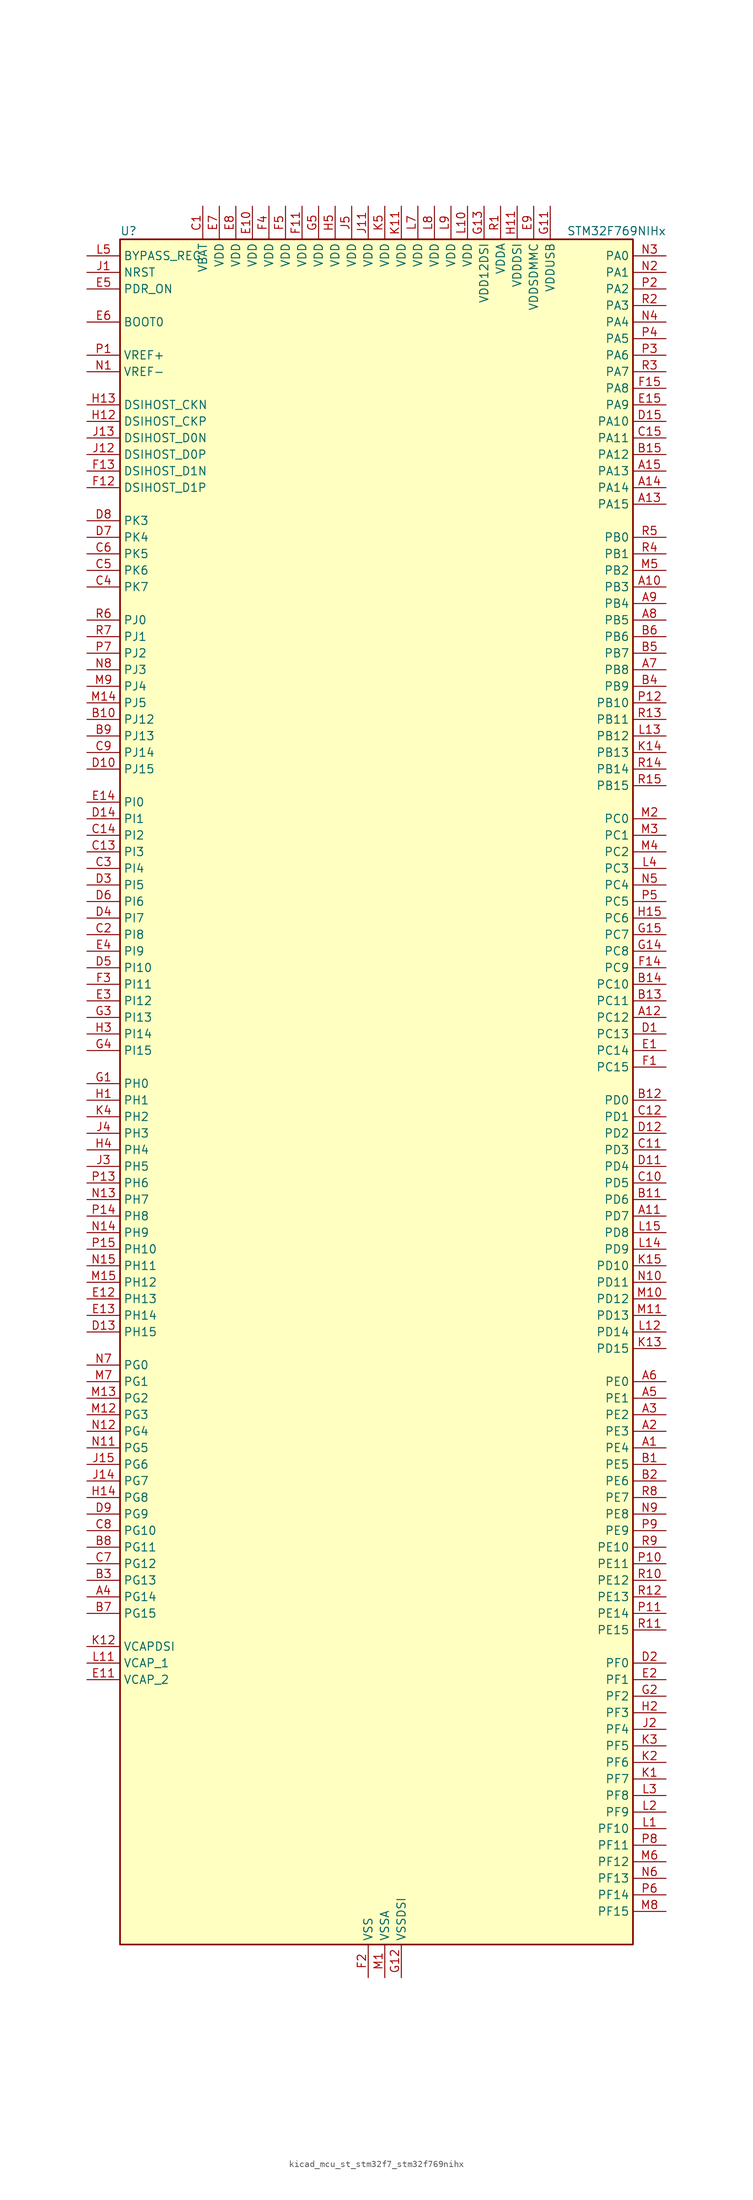
<source format=kicad_sym>
(kicad_symbol_lib
  (version 20220914)
  (generator kicad_symbol_editor)
  (symbol "kicad_mcu_st_stm32f7_stm32f769nihx"
    (property "Reference" "U"
      (at -38.1 133.35 0)
      (effects (font (size 1.27 1.27)) (justify left)))
    (property "Value" "STM32F769NIHx"
      (at 30.48 133.35 0)
      (effects (font (size 1.27 1.27)) (justify left)))
    (property "ki_locked" ""
      (at 0 0 0)
      (effects (font (size 1.27 1.27))))
    (symbol "kicad_mcu_st_stm32f7_stm32f769nihx_0_1"
      (rectangle (start -38.1 -129.54) (end 40.64 132.08) (stroke (width 0.254) (type default)) (fill (type background))))
    (symbol "kicad_mcu_st_stm32f7_stm32f769nihx_1_1"
      (pin bidirectional line (at 45.72 -53.34 180) (length 5.08) (name "PE4" (effects (font (size 1.27 1.27)))) (number "A1" (effects (font (size 1.27 1.27)))) (alternate "DCMI_D4" bidirectional line) (alternate "DFSDM1_DATIN3" bidirectional line) (alternate "FMC_A20" bidirectional line) (alternate "LTDC_B0" bidirectional line) (alternate "SAI1_FS_A" bidirectional line) (alternate "SPI4_NSS" bidirectional line) (alternate "SYS_TRACED1" bidirectional line))
      (pin bidirectional line (at 45.72 78.74 180) (length 5.08) (name "PB3" (effects (font (size 1.27 1.27)))) (number "A10" (effects (font (size 1.27 1.27)))) (alternate "CAN3_RX" bidirectional line) (alternate "I2S1_CK" bidirectional line) (alternate "I2S3_CK" bidirectional line) (alternate "SDMMC2_D2" bidirectional line) (alternate "SPI1_SCK" bidirectional line) (alternate "SPI3_SCK" bidirectional line) (alternate "SPI6_SCK" bidirectional line) (alternate "SYS_JTDO-SWO" bidirectional line) (alternate "TIM2_CH2" bidirectional line) (alternate "UART7_RX" bidirectional line))
      (pin bidirectional line (at 45.72 -17.78 180) (length 5.08) (name "PD7" (effects (font (size 1.27 1.27)))) (number "A11" (effects (font (size 1.27 1.27)))) (alternate "DFSDM1_CKIN1" bidirectional line) (alternate "DFSDM1_DATIN4" bidirectional line) (alternate "FMC_NE1" bidirectional line) (alternate "I2S1_SD" bidirectional line) (alternate "SDMMC2_CMD" bidirectional line) (alternate "SPDIFRX_IN0" bidirectional line) (alternate "SPI1_MOSI" bidirectional line) (alternate "USART2_CK" bidirectional line))
      (pin bidirectional line (at 45.72 12.7 180) (length 5.08) (name "PC12" (effects (font (size 1.27 1.27)))) (number "A12" (effects (font (size 1.27 1.27)))) (alternate "DCMI_D9" bidirectional line) (alternate "I2S3_SD" bidirectional line) (alternate "SDMMC1_CK" bidirectional line) (alternate "SPI3_MOSI" bidirectional line) (alternate "SYS_TRACED3" bidirectional line) (alternate "UART5_TX" bidirectional line) (alternate "USART3_CK" bidirectional line))
      (pin bidirectional line (at 45.72 91.44 180) (length 5.08) (name "PA15" (effects (font (size 1.27 1.27)))) (number "A13" (effects (font (size 1.27 1.27)))) (alternate "CAN3_TX" bidirectional line) (alternate "CEC" bidirectional line) (alternate "I2S1_WS" bidirectional line) (alternate "I2S3_WS" bidirectional line) (alternate "SPI1_NSS" bidirectional line) (alternate "SPI3_NSS" bidirectional line) (alternate "SPI6_NSS" bidirectional line) (alternate "SYS_JTDI" bidirectional line) (alternate "TIM2_CH1" bidirectional line) (alternate "TIM2_ETR" bidirectional line) (alternate "UART4_DE" bidirectional line) (alternate "UART4_RTS" bidirectional line) (alternate "UART7_TX" bidirectional line))
      (pin bidirectional line (at 45.72 93.98 180) (length 5.08) (name "PA14" (effects (font (size 1.27 1.27)))) (number "A14" (effects (font (size 1.27 1.27)))) (alternate "SYS_JTCK-SWCLK" bidirectional line))
      (pin bidirectional line (at 45.72 96.52 180) (length 5.08) (name "PA13" (effects (font (size 1.27 1.27)))) (number "A15" (effects (font (size 1.27 1.27)))) (alternate "SYS_JTMS-SWDIO" bidirectional line))
      (pin bidirectional line (at 45.72 -50.8 180) (length 5.08) (name "PE3" (effects (font (size 1.27 1.27)))) (number "A2" (effects (font (size 1.27 1.27)))) (alternate "FMC_A19" bidirectional line) (alternate "SAI1_SD_B" bidirectional line) (alternate "SYS_TRACED0" bidirectional line))
      (pin bidirectional line (at 45.72 -48.26 180) (length 5.08) (name "PE2" (effects (font (size 1.27 1.27)))) (number "A3" (effects (font (size 1.27 1.27)))) (alternate "ETH_TXD3" bidirectional line) (alternate "FMC_A23" bidirectional line) (alternate "QUADSPI_BK1_IO2" bidirectional line) (alternate "SAI1_MCLK_A" bidirectional line) (alternate "SPI4_SCK" bidirectional line) (alternate "SYS_TRACECLK" bidirectional line))
      (pin bidirectional line (at -43.18 -76.2 0) (length 5.08) (name "PG14" (effects (font (size 1.27 1.27)))) (number "A4" (effects (font (size 1.27 1.27)))) (alternate "ETH_TXD1" bidirectional line) (alternate "FMC_A25" bidirectional line) (alternate "LPTIM1_ETR" bidirectional line) (alternate "LTDC_B0" bidirectional line) (alternate "QUADSPI_BK2_IO3" bidirectional line) (alternate "SPI6_MOSI" bidirectional line) (alternate "SYS_TRACED1" bidirectional line) (alternate "USART6_TX" bidirectional line))
      (pin bidirectional line (at 45.72 -45.72 180) (length 5.08) (name "PE1" (effects (font (size 1.27 1.27)))) (number "A5" (effects (font (size 1.27 1.27)))) (alternate "DCMI_D3" bidirectional line) (alternate "FMC_NBL1" bidirectional line) (alternate "LPTIM1_IN2" bidirectional line) (alternate "UART8_TX" bidirectional line))
      (pin bidirectional line (at 45.72 -43.18 180) (length 5.08) (name "PE0" (effects (font (size 1.27 1.27)))) (number "A6" (effects (font (size 1.27 1.27)))) (alternate "DCMI_D2" bidirectional line) (alternate "FMC_NBL0" bidirectional line) (alternate "LPTIM1_ETR" bidirectional line) (alternate "SAI2_MCLK_A" bidirectional line) (alternate "TIM4_ETR" bidirectional line) (alternate "UART8_RX" bidirectional line))
      (pin bidirectional line (at 45.72 66.04 180) (length 5.08) (name "PB8" (effects (font (size 1.27 1.27)))) (number "A7" (effects (font (size 1.27 1.27)))) (alternate "CAN1_RX" bidirectional line) (alternate "DCMI_D6" bidirectional line) (alternate "DFSDM1_CKIN7" bidirectional line) (alternate "ETH_TXD3" bidirectional line) (alternate "I2C1_SCL" bidirectional line) (alternate "I2C4_SCL" bidirectional line) (alternate "LTDC_B6" bidirectional line) (alternate "SDMMC1_D4" bidirectional line) (alternate "SDMMC2_D4" bidirectional line) (alternate "TIM10_CH1" bidirectional line) (alternate "TIM4_CH3" bidirectional line) (alternate "UART5_RX" bidirectional line))
      (pin bidirectional line (at 45.72 73.66 180) (length 5.08) (name "PB5" (effects (font (size 1.27 1.27)))) (number "A8" (effects (font (size 1.27 1.27)))) (alternate "CAN2_RX" bidirectional line) (alternate "DCMI_D10" bidirectional line) (alternate "ETH_PPS_OUT" bidirectional line) (alternate "FMC_SDCKE1" bidirectional line) (alternate "I2C1_SMBA" bidirectional line) (alternate "I2S1_SD" bidirectional line) (alternate "I2S3_SD" bidirectional line) (alternate "LTDC_G7" bidirectional line) (alternate "SPI1_MOSI" bidirectional line) (alternate "SPI3_MOSI" bidirectional line) (alternate "SPI6_MOSI" bidirectional line) (alternate "TIM3_CH2" bidirectional line) (alternate "UART5_RX" bidirectional line) (alternate "USB_OTG_HS_ULPI_D7" bidirectional line))
      (pin bidirectional line (at 45.72 76.2 180) (length 5.08) (name "PB4" (effects (font (size 1.27 1.27)))) (number "A9" (effects (font (size 1.27 1.27)))) (alternate "CAN3_TX" bidirectional line) (alternate "I2S2_WS" bidirectional line) (alternate "SDMMC2_D3" bidirectional line) (alternate "SPI1_MISO" bidirectional line) (alternate "SPI2_NSS" bidirectional line) (alternate "SPI3_MISO" bidirectional line) (alternate "SPI6_MISO" bidirectional line) (alternate "SYS_JTRST" bidirectional line) (alternate "TIM3_CH1" bidirectional line) (alternate "UART7_TX" bidirectional line))
      (pin bidirectional line (at 45.72 -55.88 180) (length 5.08) (name "PE5" (effects (font (size 1.27 1.27)))) (number "B1" (effects (font (size 1.27 1.27)))) (alternate "DCMI_D6" bidirectional line) (alternate "DFSDM1_CKIN3" bidirectional line) (alternate "FMC_A21" bidirectional line) (alternate "LTDC_G0" bidirectional line) (alternate "SAI1_SCK_A" bidirectional line) (alternate "SPI4_MISO" bidirectional line) (alternate "SYS_TRACED2" bidirectional line) (alternate "TIM9_CH1" bidirectional line))
      (pin bidirectional line (at -43.18 58.42 0) (length 5.08) (name "PJ12" (effects (font (size 1.27 1.27)))) (number "B10" (effects (font (size 1.27 1.27)))) (alternate "LTDC_B0" bidirectional line) (alternate "LTDC_G3" bidirectional line))
      (pin bidirectional line (at 45.72 -15.24 180) (length 5.08) (name "PD6" (effects (font (size 1.27 1.27)))) (number "B11" (effects (font (size 1.27 1.27)))) (alternate "DCMI_D10" bidirectional line) (alternate "DFSDM1_CKIN4" bidirectional line) (alternate "DFSDM1_DATIN1" bidirectional line) (alternate "FMC_NWAIT" bidirectional line) (alternate "I2S3_SD" bidirectional line) (alternate "LTDC_B2" bidirectional line) (alternate "SAI1_SD_A" bidirectional line) (alternate "SDMMC2_CK" bidirectional line) (alternate "SPI3_MOSI" bidirectional line) (alternate "USART2_RX" bidirectional line))
      (pin bidirectional line (at 45.72 0 180) (length 5.08) (name "PD0" (effects (font (size 1.27 1.27)))) (number "B12" (effects (font (size 1.27 1.27)))) (alternate "CAN1_RX" bidirectional line) (alternate "DFSDM1_CKIN6" bidirectional line) (alternate "DFSDM1_DATIN7" bidirectional line) (alternate "FMC_D2" bidirectional line) (alternate "FMC_DA2" bidirectional line) (alternate "UART4_RX" bidirectional line))
      (pin bidirectional line (at 45.72 15.24 180) (length 5.08) (name "PC11" (effects (font (size 1.27 1.27)))) (number "B13" (effects (font (size 1.27 1.27)))) (alternate "ADC1_EXTI11" bidirectional line) (alternate "ADC2_EXTI11" bidirectional line) (alternate "ADC3_EXTI11" bidirectional line) (alternate "DCMI_D4" bidirectional line) (alternate "DFSDM1_DATIN5" bidirectional line) (alternate "QUADSPI_BK2_NCS" bidirectional line) (alternate "SDMMC1_D3" bidirectional line) (alternate "SPI3_MISO" bidirectional line) (alternate "UART4_RX" bidirectional line) (alternate "USART3_RX" bidirectional line))
      (pin bidirectional line (at 45.72 17.78 180) (length 5.08) (name "PC10" (effects (font (size 1.27 1.27)))) (number "B14" (effects (font (size 1.27 1.27)))) (alternate "DCMI_D8" bidirectional line) (alternate "DFSDM1_CKIN5" bidirectional line) (alternate "I2S3_CK" bidirectional line) (alternate "LTDC_R2" bidirectional line) (alternate "QUADSPI_BK1_IO1" bidirectional line) (alternate "SDMMC1_D2" bidirectional line) (alternate "SPI3_SCK" bidirectional line) (alternate "UART4_TX" bidirectional line) (alternate "USART3_TX" bidirectional line))
      (pin bidirectional line (at 45.72 99.06 180) (length 5.08) (name "PA12" (effects (font (size 1.27 1.27)))) (number "B15" (effects (font (size 1.27 1.27)))) (alternate "CAN1_TX" bidirectional line) (alternate "I2S2_CK" bidirectional line) (alternate "LTDC_R5" bidirectional line) (alternate "SAI2_FS_B" bidirectional line) (alternate "SPI2_SCK" bidirectional line) (alternate "TIM1_ETR" bidirectional line) (alternate "UART4_TX" bidirectional line) (alternate "USART1_DE" bidirectional line) (alternate "USART1_RTS" bidirectional line) (alternate "USB_OTG_FS_DP" bidirectional line))
      (pin bidirectional line (at 45.72 -58.42 180) (length 5.08) (name "PE6" (effects (font (size 1.27 1.27)))) (number "B2" (effects (font (size 1.27 1.27)))) (alternate "DCMI_D7" bidirectional line) (alternate "FMC_A22" bidirectional line) (alternate "LTDC_G1" bidirectional line) (alternate "SAI1_SD_A" bidirectional line) (alternate "SAI2_MCLK_B" bidirectional line) (alternate "SPI4_MOSI" bidirectional line) (alternate "SYS_TRACED3" bidirectional line) (alternate "TIM1_BKIN2" bidirectional line) (alternate "TIM9_CH2" bidirectional line))
      (pin bidirectional line (at -43.18 -73.66 0) (length 5.08) (name "PG13" (effects (font (size 1.27 1.27)))) (number "B3" (effects (font (size 1.27 1.27)))) (alternate "ETH_TXD0" bidirectional line) (alternate "FMC_A24" bidirectional line) (alternate "LPTIM1_OUT" bidirectional line) (alternate "LTDC_R0" bidirectional line) (alternate "SPI6_SCK" bidirectional line) (alternate "SYS_TRACED0" bidirectional line) (alternate "USART6_CTS" bidirectional line))
      (pin bidirectional line (at 45.72 63.5 180) (length 5.08) (name "PB9" (effects (font (size 1.27 1.27)))) (number "B4" (effects (font (size 1.27 1.27)))) (alternate "CAN1_TX" bidirectional line) (alternate "DAC_EXTI9" bidirectional line) (alternate "DCMI_D7" bidirectional line) (alternate "DFSDM1_DATIN7" bidirectional line) (alternate "I2C1_SDA" bidirectional line) (alternate "I2C4_SDA" bidirectional line) (alternate "I2C4_SMBA" bidirectional line) (alternate "I2S2_WS" bidirectional line) (alternate "LTDC_B7" bidirectional line) (alternate "SDMMC1_D5" bidirectional line) (alternate "SDMMC2_D5" bidirectional line) (alternate "SPI2_NSS" bidirectional line) (alternate "TIM11_CH1" bidirectional line) (alternate "TIM4_CH4" bidirectional line) (alternate "UART5_TX" bidirectional line))
      (pin bidirectional line (at 45.72 68.58 180) (length 5.08) (name "PB7" (effects (font (size 1.27 1.27)))) (number "B5" (effects (font (size 1.27 1.27)))) (alternate "DCMI_VSYNC" bidirectional line) (alternate "DFSDM1_CKIN5" bidirectional line) (alternate "FMC_NL" bidirectional line) (alternate "I2C1_SDA" bidirectional line) (alternate "I2C4_SDA" bidirectional line) (alternate "TIM4_CH2" bidirectional line) (alternate "USART1_RX" bidirectional line))
      (pin bidirectional line (at 45.72 71.12 180) (length 5.08) (name "PB6" (effects (font (size 1.27 1.27)))) (number "B6" (effects (font (size 1.27 1.27)))) (alternate "CAN2_TX" bidirectional line) (alternate "CEC" bidirectional line) (alternate "DCMI_D5" bidirectional line) (alternate "DFSDM1_DATIN5" bidirectional line) (alternate "FMC_SDNE1" bidirectional line) (alternate "I2C1_SCL" bidirectional line) (alternate "I2C4_SCL" bidirectional line) (alternate "QUADSPI_BK1_NCS" bidirectional line) (alternate "TIM4_CH1" bidirectional line) (alternate "UART5_TX" bidirectional line) (alternate "USART1_TX" bidirectional line))
      (pin bidirectional line (at -43.18 -78.74 0) (length 5.08) (name "PG15" (effects (font (size 1.27 1.27)))) (number "B7" (effects (font (size 1.27 1.27)))) (alternate "DCMI_D13" bidirectional line) (alternate "FMC_SDNCAS" bidirectional line) (alternate "USART6_CTS" bidirectional line))
      (pin bidirectional line (at -43.18 -68.58 0) (length 5.08) (name "PG11" (effects (font (size 1.27 1.27)))) (number "B8" (effects (font (size 1.27 1.27)))) (alternate "ADC1_EXTI11" bidirectional line) (alternate "ADC2_EXTI11" bidirectional line) (alternate "ADC3_EXTI11" bidirectional line) (alternate "DCMI_D3" bidirectional line) (alternate "ETH_TX_EN" bidirectional line) (alternate "I2S1_CK" bidirectional line) (alternate "LTDC_B3" bidirectional line) (alternate "SDMMC2_D2" bidirectional line) (alternate "SPDIFRX_IN0" bidirectional line) (alternate "SPI1_SCK" bidirectional line))
      (pin bidirectional line (at -43.18 55.88 0) (length 5.08) (name "PJ13" (effects (font (size 1.27 1.27)))) (number "B9" (effects (font (size 1.27 1.27)))) (alternate "LTDC_B1" bidirectional line) (alternate "LTDC_G4" bidirectional line))
      (pin power_in line (at -25.4 137.16 270) (length 5.08) (name "VBAT" (effects (font (size 1.27 1.27)))) (number "C1" (effects (font (size 1.27 1.27)))))
      (pin bidirectional line (at 45.72 -12.7 180) (length 5.08) (name "PD5" (effects (font (size 1.27 1.27)))) (number "C10" (effects (font (size 1.27 1.27)))) (alternate "FMC_NWE" bidirectional line) (alternate "USART2_TX" bidirectional line))
      (pin bidirectional line (at 45.72 -7.62 180) (length 5.08) (name "PD3" (effects (font (size 1.27 1.27)))) (number "C11" (effects (font (size 1.27 1.27)))) (alternate "DCMI_D5" bidirectional line) (alternate "DFSDM1_CKOUT" bidirectional line) (alternate "DFSDM1_DATIN0" bidirectional line) (alternate "FMC_CLK" bidirectional line) (alternate "I2S2_CK" bidirectional line) (alternate "LTDC_G7" bidirectional line) (alternate "SPI2_SCK" bidirectional line) (alternate "USART2_CTS" bidirectional line))
      (pin bidirectional line (at 45.72 -2.54 180) (length 5.08) (name "PD1" (effects (font (size 1.27 1.27)))) (number "C12" (effects (font (size 1.27 1.27)))) (alternate "CAN1_TX" bidirectional line) (alternate "DFSDM1_CKIN7" bidirectional line) (alternate "DFSDM1_DATIN6" bidirectional line) (alternate "FMC_D3" bidirectional line) (alternate "FMC_DA3" bidirectional line) (alternate "UART4_TX" bidirectional line))
      (pin bidirectional line (at -43.18 38.1 0) (length 5.08) (name "PI3" (effects (font (size 1.27 1.27)))) (number "C13" (effects (font (size 1.27 1.27)))) (alternate "DCMI_D10" bidirectional line) (alternate "FMC_D27" bidirectional line) (alternate "I2S2_SD" bidirectional line) (alternate "SPI2_MOSI" bidirectional line) (alternate "TIM8_ETR" bidirectional line))
      (pin bidirectional line (at -43.18 40.64 0) (length 5.08) (name "PI2" (effects (font (size 1.27 1.27)))) (number "C14" (effects (font (size 1.27 1.27)))) (alternate "DCMI_D9" bidirectional line) (alternate "FMC_D26" bidirectional line) (alternate "LTDC_G7" bidirectional line) (alternate "SPI2_MISO" bidirectional line) (alternate "TIM8_CH4" bidirectional line))
      (pin bidirectional line (at 45.72 101.6 180) (length 5.08) (name "PA11" (effects (font (size 1.27 1.27)))) (number "C15" (effects (font (size 1.27 1.27)))) (alternate "ADC1_EXTI11" bidirectional line) (alternate "ADC2_EXTI11" bidirectional line) (alternate "ADC3_EXTI11" bidirectional line) (alternate "CAN1_RX" bidirectional line) (alternate "I2S2_WS" bidirectional line) (alternate "LTDC_R4" bidirectional line) (alternate "SPI2_NSS" bidirectional line) (alternate "TIM1_CH4" bidirectional line) (alternate "UART4_RX" bidirectional line) (alternate "USART1_CTS" bidirectional line) (alternate "USB_OTG_FS_DM" bidirectional line))
      (pin bidirectional line (at -43.18 25.4 0) (length 5.08) (name "PI8" (effects (font (size 1.27 1.27)))) (number "C2" (effects (font (size 1.27 1.27)))) (alternate "RTC_TAMP2" bidirectional line) (alternate "RTC_TS" bidirectional line) (alternate "SYS_WKUP5" bidirectional line))
      (pin bidirectional line (at -43.18 35.56 0) (length 5.08) (name "PI4" (effects (font (size 1.27 1.27)))) (number "C3" (effects (font (size 1.27 1.27)))) (alternate "DCMI_D5" bidirectional line) (alternate "FMC_NBL2" bidirectional line) (alternate "LTDC_B4" bidirectional line) (alternate "SAI2_MCLK_A" bidirectional line) (alternate "TIM8_BKIN" bidirectional line))
      (pin bidirectional line (at -43.18 78.74 0) (length 5.08) (name "PK7" (effects (font (size 1.27 1.27)))) (number "C4" (effects (font (size 1.27 1.27)))) (alternate "LTDC_DE" bidirectional line))
      (pin bidirectional line (at -43.18 81.28 0) (length 5.08) (name "PK6" (effects (font (size 1.27 1.27)))) (number "C5" (effects (font (size 1.27 1.27)))) (alternate "LTDC_B7" bidirectional line))
      (pin bidirectional line (at -43.18 83.82 0) (length 5.08) (name "PK5" (effects (font (size 1.27 1.27)))) (number "C6" (effects (font (size 1.27 1.27)))) (alternate "LTDC_B6" bidirectional line))
      (pin bidirectional line (at -43.18 -71.12 0) (length 5.08) (name "PG12" (effects (font (size 1.27 1.27)))) (number "C7" (effects (font (size 1.27 1.27)))) (alternate "FMC_NE4" bidirectional line) (alternate "LPTIM1_IN1" bidirectional line) (alternate "LTDC_B1" bidirectional line) (alternate "LTDC_B4" bidirectional line) (alternate "SDMMC2_D3" bidirectional line) (alternate "SPDIFRX_IN1" bidirectional line) (alternate "SPI6_MISO" bidirectional line) (alternate "USART6_DE" bidirectional line) (alternate "USART6_RTS" bidirectional line))
      (pin bidirectional line (at -43.18 -66.04 0) (length 5.08) (name "PG10" (effects (font (size 1.27 1.27)))) (number "C8" (effects (font (size 1.27 1.27)))) (alternate "DCMI_D2" bidirectional line) (alternate "FMC_NE3" bidirectional line) (alternate "I2S1_WS" bidirectional line) (alternate "LTDC_B2" bidirectional line) (alternate "LTDC_G3" bidirectional line) (alternate "SAI2_SD_B" bidirectional line) (alternate "SDMMC2_D1" bidirectional line) (alternate "SPI1_NSS" bidirectional line))
      (pin bidirectional line (at -43.18 53.34 0) (length 5.08) (name "PJ14" (effects (font (size 1.27 1.27)))) (number "C9" (effects (font (size 1.27 1.27)))) (alternate "LTDC_B2" bidirectional line))
      (pin bidirectional line (at 45.72 10.16 180) (length 5.08) (name "PC13" (effects (font (size 1.27 1.27)))) (number "D1" (effects (font (size 1.27 1.27)))) (alternate "RTC_OUT" bidirectional line) (alternate "RTC_TAMP1" bidirectional line) (alternate "RTC_TS" bidirectional line) (alternate "SYS_WKUP4" bidirectional line))
      (pin bidirectional line (at -43.18 50.8 0) (length 5.08) (name "PJ15" (effects (font (size 1.27 1.27)))) (number "D10" (effects (font (size 1.27 1.27)))) (alternate "LTDC_B3" bidirectional line))
      (pin bidirectional line (at 45.72 -10.16 180) (length 5.08) (name "PD4" (effects (font (size 1.27 1.27)))) (number "D11" (effects (font (size 1.27 1.27)))) (alternate "DFSDM1_CKIN0" bidirectional line) (alternate "FMC_NOE" bidirectional line) (alternate "USART2_DE" bidirectional line) (alternate "USART2_RTS" bidirectional line))
      (pin bidirectional line (at 45.72 -5.08 180) (length 5.08) (name "PD2" (effects (font (size 1.27 1.27)))) (number "D12" (effects (font (size 1.27 1.27)))) (alternate "DCMI_D11" bidirectional line) (alternate "SDMMC1_CMD" bidirectional line) (alternate "SYS_TRACED2" bidirectional line) (alternate "TIM3_ETR" bidirectional line) (alternate "UART5_RX" bidirectional line))
      (pin bidirectional line (at -43.18 -35.56 0) (length 5.08) (name "PH15" (effects (font (size 1.27 1.27)))) (number "D13" (effects (font (size 1.27 1.27)))) (alternate "DCMI_D11" bidirectional line) (alternate "FMC_D23" bidirectional line) (alternate "LTDC_G4" bidirectional line) (alternate "TIM8_CH3N" bidirectional line))
      (pin bidirectional line (at -43.18 43.18 0) (length 5.08) (name "PI1" (effects (font (size 1.27 1.27)))) (number "D14" (effects (font (size 1.27 1.27)))) (alternate "DCMI_D8" bidirectional line) (alternate "FMC_D25" bidirectional line) (alternate "I2S2_CK" bidirectional line) (alternate "LTDC_G6" bidirectional line) (alternate "SPI2_SCK" bidirectional line) (alternate "TIM8_BKIN2" bidirectional line))
      (pin bidirectional line (at 45.72 104.14 180) (length 5.08) (name "PA10" (effects (font (size 1.27 1.27)))) (number "D15" (effects (font (size 1.27 1.27)))) (alternate "DCMI_D1" bidirectional line) (alternate "LTDC_B1" bidirectional line) (alternate "LTDC_B4" bidirectional line) (alternate "MDIOS_MDIO" bidirectional line) (alternate "TIM1_CH3" bidirectional line) (alternate "USART1_RX" bidirectional line) (alternate "USB_OTG_FS_ID" bidirectional line))
      (pin bidirectional line (at 45.72 -86.36 180) (length 5.08) (name "PF0" (effects (font (size 1.27 1.27)))) (number "D2" (effects (font (size 1.27 1.27)))) (alternate "FMC_A0" bidirectional line) (alternate "I2C2_SDA" bidirectional line))
      (pin bidirectional line (at -43.18 33.02 0) (length 5.08) (name "PI5" (effects (font (size 1.27 1.27)))) (number "D3" (effects (font (size 1.27 1.27)))) (alternate "DCMI_VSYNC" bidirectional line) (alternate "FMC_NBL3" bidirectional line) (alternate "LTDC_B5" bidirectional line) (alternate "SAI2_SCK_A" bidirectional line) (alternate "TIM8_CH1" bidirectional line))
      (pin bidirectional line (at -43.18 27.94 0) (length 5.08) (name "PI7" (effects (font (size 1.27 1.27)))) (number "D4" (effects (font (size 1.27 1.27)))) (alternate "DCMI_D7" bidirectional line) (alternate "FMC_D29" bidirectional line) (alternate "LTDC_B7" bidirectional line) (alternate "SAI2_FS_A" bidirectional line) (alternate "TIM8_CH3" bidirectional line))
      (pin bidirectional line (at -43.18 20.32 0) (length 5.08) (name "PI10" (effects (font (size 1.27 1.27)))) (number "D5" (effects (font (size 1.27 1.27)))) (alternate "ETH_RX_ER" bidirectional line) (alternate "FMC_D31" bidirectional line) (alternate "LTDC_HSYNC" bidirectional line))
      (pin bidirectional line (at -43.18 30.48 0) (length 5.08) (name "PI6" (effects (font (size 1.27 1.27)))) (number "D6" (effects (font (size 1.27 1.27)))) (alternate "DCMI_D6" bidirectional line) (alternate "FMC_D28" bidirectional line) (alternate "LTDC_B6" bidirectional line) (alternate "SAI2_SD_A" bidirectional line) (alternate "TIM8_CH2" bidirectional line))
      (pin bidirectional line (at -43.18 86.36 0) (length 5.08) (name "PK4" (effects (font (size 1.27 1.27)))) (number "D7" (effects (font (size 1.27 1.27)))) (alternate "LTDC_B5" bidirectional line))
      (pin bidirectional line (at -43.18 88.9 0) (length 5.08) (name "PK3" (effects (font (size 1.27 1.27)))) (number "D8" (effects (font (size 1.27 1.27)))) (alternate "LTDC_B4" bidirectional line))
      (pin bidirectional line (at -43.18 -63.5 0) (length 5.08) (name "PG9" (effects (font (size 1.27 1.27)))) (number "D9" (effects (font (size 1.27 1.27)))) (alternate "DAC_EXTI9" bidirectional line) (alternate "DCMI_VSYNC" bidirectional line) (alternate "FMC_NCE" bidirectional line) (alternate "FMC_NE2" bidirectional line) (alternate "QUADSPI_BK2_IO2" bidirectional line) (alternate "SAI2_FS_B" bidirectional line) (alternate "SDMMC2_D0" bidirectional line) (alternate "SPDIFRX_IN3" bidirectional line) (alternate "SPI1_MISO" bidirectional line) (alternate "USART6_RX" bidirectional line))
      (pin bidirectional line (at 45.72 7.62 180) (length 5.08) (name "PC14" (effects (font (size 1.27 1.27)))) (number "E1" (effects (font (size 1.27 1.27)))) (alternate "RCC_OSC32_IN" bidirectional line))
      (pin power_in line (at -17.78 137.16 270) (length 5.08) (name "VDD" (effects (font (size 1.27 1.27)))) (number "E10" (effects (font (size 1.27 1.27)))))
      (pin power_out line (at -43.18 -88.9 0) (length 5.08) (name "VCAP_2" (effects (font (size 1.27 1.27)))) (number "E11" (effects (font (size 1.27 1.27)))))
      (pin bidirectional line (at -43.18 -30.48 0) (length 5.08) (name "PH13" (effects (font (size 1.27 1.27)))) (number "E12" (effects (font (size 1.27 1.27)))) (alternate "CAN1_TX" bidirectional line) (alternate "FMC_D21" bidirectional line) (alternate "LTDC_G2" bidirectional line) (alternate "TIM8_CH1N" bidirectional line) (alternate "UART4_TX" bidirectional line))
      (pin bidirectional line (at -43.18 -33.02 0) (length 5.08) (name "PH14" (effects (font (size 1.27 1.27)))) (number "E13" (effects (font (size 1.27 1.27)))) (alternate "CAN1_RX" bidirectional line) (alternate "DCMI_D4" bidirectional line) (alternate "FMC_D22" bidirectional line) (alternate "LTDC_G3" bidirectional line) (alternate "TIM8_CH2N" bidirectional line) (alternate "UART4_RX" bidirectional line))
      (pin bidirectional line (at -43.18 45.72 0) (length 5.08) (name "PI0" (effects (font (size 1.27 1.27)))) (number "E14" (effects (font (size 1.27 1.27)))) (alternate "DCMI_D13" bidirectional line) (alternate "FMC_D24" bidirectional line) (alternate "I2S2_WS" bidirectional line) (alternate "LTDC_G5" bidirectional line) (alternate "SPI2_NSS" bidirectional line) (alternate "TIM5_CH4" bidirectional line))
      (pin bidirectional line (at 45.72 106.68 180) (length 5.08) (name "PA9" (effects (font (size 1.27 1.27)))) (number "E15" (effects (font (size 1.27 1.27)))) (alternate "DAC_EXTI9" bidirectional line) (alternate "DCMI_D0" bidirectional line) (alternate "I2C3_SMBA" bidirectional line) (alternate "I2S2_CK" bidirectional line) (alternate "LTDC_R5" bidirectional line) (alternate "SPI2_SCK" bidirectional line) (alternate "TIM1_CH2" bidirectional line) (alternate "USART1_TX" bidirectional line) (alternate "USB_OTG_FS_VBUS" bidirectional line))
      (pin bidirectional line (at 45.72 -88.9 180) (length 5.08) (name "PF1" (effects (font (size 1.27 1.27)))) (number "E2" (effects (font (size 1.27 1.27)))) (alternate "FMC_A1" bidirectional line) (alternate "I2C2_SCL" bidirectional line))
      (pin bidirectional line (at -43.18 15.24 0) (length 5.08) (name "PI12" (effects (font (size 1.27 1.27)))) (number "E3" (effects (font (size 1.27 1.27)))) (alternate "LTDC_HSYNC" bidirectional line))
      (pin bidirectional line (at -43.18 22.86 0) (length 5.08) (name "PI9" (effects (font (size 1.27 1.27)))) (number "E4" (effects (font (size 1.27 1.27)))) (alternate "CAN1_RX" bidirectional line) (alternate "DAC_EXTI9" bidirectional line) (alternate "FMC_D30" bidirectional line) (alternate "LTDC_VSYNC" bidirectional line) (alternate "UART4_RX" bidirectional line))
      (pin input line (at -43.18 124.46 0) (length 5.08) (name "PDR_ON" (effects (font (size 1.27 1.27)))) (number "E5" (effects (font (size 1.27 1.27)))))
      (pin input line (at -43.18 119.38 0) (length 5.08) (name "BOOT0" (effects (font (size 1.27 1.27)))) (number "E6" (effects (font (size 1.27 1.27)))))
      (pin power_in line (at -22.86 137.16 270) (length 5.08) (name "VDD" (effects (font (size 1.27 1.27)))) (number "E7" (effects (font (size 1.27 1.27)))))
      (pin power_in line (at -20.32 137.16 270) (length 5.08) (name "VDD" (effects (font (size 1.27 1.27)))) (number "E8" (effects (font (size 1.27 1.27)))))
      (pin power_in line (at 25.4 137.16 270) (length 5.08) (name "VDDSDMMC" (effects (font (size 1.27 1.27)))) (number "E9" (effects (font (size 1.27 1.27)))))
      (pin bidirectional line (at 45.72 5.08 180) (length 5.08) (name "PC15" (effects (font (size 1.27 1.27)))) (number "F1" (effects (font (size 1.27 1.27)))) (alternate "RCC_OSC32_OUT" bidirectional line))
      (pin passive line (at 0 -134.62 90) (length 5.08) hide (name "VSS" (effects (font (size 1.27 1.27)))) (number "F10" (effects (font (size 1.27 1.27)))))
      (pin power_in line (at -10.16 137.16 270) (length 5.08) (name "VDD" (effects (font (size 1.27 1.27)))) (number "F11" (effects (font (size 1.27 1.27)))))
      (pin bidirectional line (at -43.18 93.98 0) (length 5.08) (name "DSIHOST_D1P" (effects (font (size 1.27 1.27)))) (number "F12" (effects (font (size 1.27 1.27)))) (alternate "DSIHOST_D1P" bidirectional line))
      (pin bidirectional line (at -43.18 96.52 0) (length 5.08) (name "DSIHOST_D1N" (effects (font (size 1.27 1.27)))) (number "F13" (effects (font (size 1.27 1.27)))) (alternate "DSIHOST_D1N" bidirectional line))
      (pin bidirectional line (at 45.72 20.32 180) (length 5.08) (name "PC9" (effects (font (size 1.27 1.27)))) (number "F14" (effects (font (size 1.27 1.27)))) (alternate "DAC_EXTI9" bidirectional line) (alternate "DCMI_D3" bidirectional line) (alternate "I2C3_SDA" bidirectional line) (alternate "I2S_CKIN" bidirectional line) (alternate "LTDC_B2" bidirectional line) (alternate "LTDC_G3" bidirectional line) (alternate "QUADSPI_BK1_IO0" bidirectional line) (alternate "RCC_MCO_2" bidirectional line) (alternate "SDMMC1_D1" bidirectional line) (alternate "TIM3_CH4" bidirectional line) (alternate "TIM8_CH4" bidirectional line) (alternate "UART5_CTS" bidirectional line))
      (pin bidirectional line (at 45.72 109.22 180) (length 5.08) (name "PA8" (effects (font (size 1.27 1.27)))) (number "F15" (effects (font (size 1.27 1.27)))) (alternate "CAN3_RX" bidirectional line) (alternate "I2C3_SCL" bidirectional line) (alternate "LTDC_B3" bidirectional line) (alternate "LTDC_R6" bidirectional line) (alternate "RCC_MCO_1" bidirectional line) (alternate "TIM1_CH1" bidirectional line) (alternate "TIM8_BKIN2" bidirectional line) (alternate "UART7_RX" bidirectional line) (alternate "USART1_CK" bidirectional line) (alternate "USB_OTG_FS_SOF" bidirectional line))
      (pin power_in line (at 0 -134.62 90) (length 5.08) (name "VSS" (effects (font (size 1.27 1.27)))) (number "F2" (effects (font (size 1.27 1.27)))))
      (pin bidirectional line (at -43.18 17.78 0) (length 5.08) (name "PI11" (effects (font (size 1.27 1.27)))) (number "F3" (effects (font (size 1.27 1.27)))) (alternate "ADC1_EXTI11" bidirectional line) (alternate "ADC2_EXTI11" bidirectional line) (alternate "ADC3_EXTI11" bidirectional line) (alternate "LTDC_G6" bidirectional line) (alternate "SYS_WKUP6" bidirectional line) (alternate "USB_OTG_HS_ULPI_DIR" bidirectional line))
      (pin power_in line (at -15.24 137.16 270) (length 5.08) (name "VDD" (effects (font (size 1.27 1.27)))) (number "F4" (effects (font (size 1.27 1.27)))))
      (pin power_in line (at -12.7 137.16 270) (length 5.08) (name "VDD" (effects (font (size 1.27 1.27)))) (number "F5" (effects (font (size 1.27 1.27)))))
      (pin passive line (at 0 -134.62 90) (length 5.08) hide (name "VSS" (effects (font (size 1.27 1.27)))) (number "F6" (effects (font (size 1.27 1.27)))))
      (pin passive line (at 0 -134.62 90) (length 5.08) hide (name "VSS" (effects (font (size 1.27 1.27)))) (number "F7" (effects (font (size 1.27 1.27)))))
      (pin passive line (at 0 -134.62 90) (length 5.08) hide (name "VSS" (effects (font (size 1.27 1.27)))) (number "F8" (effects (font (size 1.27 1.27)))))
      (pin passive line (at 0 -134.62 90) (length 5.08) hide (name "VSS" (effects (font (size 1.27 1.27)))) (number "F9" (effects (font (size 1.27 1.27)))))
      (pin bidirectional line (at -43.18 2.54 0) (length 5.08) (name "PH0" (effects (font (size 1.27 1.27)))) (number "G1" (effects (font (size 1.27 1.27)))) (alternate "RCC_OSC_IN" bidirectional line))
      (pin passive line (at 0 -134.62 90) (length 5.08) hide (name "VSS" (effects (font (size 1.27 1.27)))) (number "G10" (effects (font (size 1.27 1.27)))))
      (pin power_in line (at 27.94 137.16 270) (length 5.08) (name "VDDUSB" (effects (font (size 1.27 1.27)))) (number "G11" (effects (font (size 1.27 1.27)))))
      (pin power_in line (at 5.08 -134.62 90) (length 5.08) (name "VSSDSI" (effects (font (size 1.27 1.27)))) (number "G12" (effects (font (size 1.27 1.27)))))
      (pin power_in line (at 17.78 137.16 270) (length 5.08) (name "VDD12DSI" (effects (font (size 1.27 1.27)))) (number "G13" (effects (font (size 1.27 1.27)))))
      (pin bidirectional line (at 45.72 22.86 180) (length 5.08) (name "PC8" (effects (font (size 1.27 1.27)))) (number "G14" (effects (font (size 1.27 1.27)))) (alternate "DCMI_D2" bidirectional line) (alternate "FMC_NCE" bidirectional line) (alternate "FMC_NE2" bidirectional line) (alternate "SDMMC1_D0" bidirectional line) (alternate "SYS_TRACED1" bidirectional line) (alternate "TIM3_CH3" bidirectional line) (alternate "TIM8_CH3" bidirectional line) (alternate "UART5_DE" bidirectional line) (alternate "UART5_RTS" bidirectional line) (alternate "USART6_CK" bidirectional line))
      (pin bidirectional line (at 45.72 25.4 180) (length 5.08) (name "PC7" (effects (font (size 1.27 1.27)))) (number "G15" (effects (font (size 1.27 1.27)))) (alternate "DCMI_D1" bidirectional line) (alternate "DFSDM1_DATIN3" bidirectional line) (alternate "FMC_NE1" bidirectional line) (alternate "I2S3_MCK" bidirectional line) (alternate "LTDC_G6" bidirectional line) (alternate "SDMMC1_D7" bidirectional line) (alternate "SDMMC2_D7" bidirectional line) (alternate "TIM3_CH2" bidirectional line) (alternate "TIM8_CH2" bidirectional line) (alternate "USART6_RX" bidirectional line))
      (pin bidirectional line (at 45.72 -91.44 180) (length 5.08) (name "PF2" (effects (font (size 1.27 1.27)))) (number "G2" (effects (font (size 1.27 1.27)))) (alternate "FMC_A2" bidirectional line) (alternate "I2C2_SMBA" bidirectional line))
      (pin bidirectional line (at -43.18 12.7 0) (length 5.08) (name "PI13" (effects (font (size 1.27 1.27)))) (number "G3" (effects (font (size 1.27 1.27)))) (alternate "LTDC_VSYNC" bidirectional line))
      (pin bidirectional line (at -43.18 7.62 0) (length 5.08) (name "PI15" (effects (font (size 1.27 1.27)))) (number "G4" (effects (font (size 1.27 1.27)))) (alternate "LTDC_G2" bidirectional line) (alternate "LTDC_R0" bidirectional line))
      (pin power_in line (at -7.62 137.16 270) (length 5.08) (name "VDD" (effects (font (size 1.27 1.27)))) (number "G5" (effects (font (size 1.27 1.27)))))
      (pin passive line (at 0 -134.62 90) (length 5.08) hide (name "VSS" (effects (font (size 1.27 1.27)))) (number "G6" (effects (font (size 1.27 1.27)))))
      (pin bidirectional line (at -43.18 0 0) (length 5.08) (name "PH1" (effects (font (size 1.27 1.27)))) (number "H1" (effects (font (size 1.27 1.27)))) (alternate "RCC_OSC_OUT" bidirectional line))
      (pin passive line (at 0 -134.62 90) (length 5.08) hide (name "VSS" (effects (font (size 1.27 1.27)))) (number "H10" (effects (font (size 1.27 1.27)))))
      (pin power_in line (at 22.86 137.16 270) (length 5.08) (name "VDDDSI" (effects (font (size 1.27 1.27)))) (number "H11" (effects (font (size 1.27 1.27)))))
      (pin bidirectional line (at -43.18 104.14 0) (length 5.08) (name "DSIHOST_CKP" (effects (font (size 1.27 1.27)))) (number "H12" (effects (font (size 1.27 1.27)))) (alternate "DSIHOST_CKP" bidirectional line))
      (pin bidirectional line (at -43.18 106.68 0) (length 5.08) (name "DSIHOST_CKN" (effects (font (size 1.27 1.27)))) (number "H13" (effects (font (size 1.27 1.27)))) (alternate "DSIHOST_CKN" bidirectional line))
      (pin bidirectional line (at -43.18 -60.96 0) (length 5.08) (name "PG8" (effects (font (size 1.27 1.27)))) (number "H14" (effects (font (size 1.27 1.27)))) (alternate "ETH_PPS_OUT" bidirectional line) (alternate "FMC_SDCLK" bidirectional line) (alternate "LTDC_G7" bidirectional line) (alternate "SPDIFRX_IN2" bidirectional line) (alternate "SPI6_NSS" bidirectional line) (alternate "USART6_DE" bidirectional line) (alternate "USART6_RTS" bidirectional line))
      (pin bidirectional line (at 45.72 27.94 180) (length 5.08) (name "PC6" (effects (font (size 1.27 1.27)))) (number "H15" (effects (font (size 1.27 1.27)))) (alternate "DCMI_D0" bidirectional line) (alternate "DFSDM1_CKIN3" bidirectional line) (alternate "FMC_NWAIT" bidirectional line) (alternate "I2S2_MCK" bidirectional line) (alternate "LTDC_HSYNC" bidirectional line) (alternate "SDMMC1_D6" bidirectional line) (alternate "SDMMC2_D6" bidirectional line) (alternate "TIM3_CH1" bidirectional line) (alternate "TIM8_CH1" bidirectional line) (alternate "USART6_TX" bidirectional line))
      (pin bidirectional line (at 45.72 -93.98 180) (length 5.08) (name "PF3" (effects (font (size 1.27 1.27)))) (number "H2" (effects (font (size 1.27 1.27)))) (alternate "ADC3_IN9" bidirectional line) (alternate "FMC_A3" bidirectional line))
      (pin bidirectional line (at -43.18 10.16 0) (length 5.08) (name "PI14" (effects (font (size 1.27 1.27)))) (number "H3" (effects (font (size 1.27 1.27)))) (alternate "LTDC_CLK" bidirectional line))
      (pin bidirectional line (at -43.18 -7.62 0) (length 5.08) (name "PH4" (effects (font (size 1.27 1.27)))) (number "H4" (effects (font (size 1.27 1.27)))) (alternate "I2C2_SCL" bidirectional line) (alternate "LTDC_G4" bidirectional line) (alternate "LTDC_G5" bidirectional line) (alternate "USB_OTG_HS_ULPI_NXT" bidirectional line))
      (pin power_in line (at -5.08 137.16 270) (length 5.08) (name "VDD" (effects (font (size 1.27 1.27)))) (number "H5" (effects (font (size 1.27 1.27)))))
      (pin passive line (at 0 -134.62 90) (length 5.08) hide (name "VSS" (effects (font (size 1.27 1.27)))) (number "H6" (effects (font (size 1.27 1.27)))))
      (pin input line (at -43.18 127 0) (length 5.08) (name "NRST" (effects (font (size 1.27 1.27)))) (number "J1" (effects (font (size 1.27 1.27)))))
      (pin passive line (at 0 -134.62 90) (length 5.08) hide (name "VSS" (effects (font (size 1.27 1.27)))) (number "J10" (effects (font (size 1.27 1.27)))))
      (pin power_in line (at 0 137.16 270) (length 5.08) (name "VDD" (effects (font (size 1.27 1.27)))) (number "J11" (effects (font (size 1.27 1.27)))))
      (pin bidirectional line (at -43.18 99.06 0) (length 5.08) (name "DSIHOST_D0P" (effects (font (size 1.27 1.27)))) (number "J12" (effects (font (size 1.27 1.27)))) (alternate "DSIHOST_D0P" bidirectional line))
      (pin bidirectional line (at -43.18 101.6 0) (length 5.08) (name "DSIHOST_D0N" (effects (font (size 1.27 1.27)))) (number "J13" (effects (font (size 1.27 1.27)))) (alternate "DSIHOST_D0N" bidirectional line))
      (pin bidirectional line (at -43.18 -58.42 0) (length 5.08) (name "PG7" (effects (font (size 1.27 1.27)))) (number "J14" (effects (font (size 1.27 1.27)))) (alternate "DCMI_D13" bidirectional line) (alternate "FMC_INT" bidirectional line) (alternate "LTDC_CLK" bidirectional line) (alternate "SAI1_MCLK_A" bidirectional line) (alternate "USART6_CK" bidirectional line))
      (pin bidirectional line (at -43.18 -55.88 0) (length 5.08) (name "PG6" (effects (font (size 1.27 1.27)))) (number "J15" (effects (font (size 1.27 1.27)))) (alternate "DCMI_D12" bidirectional line) (alternate "FMC_NE3" bidirectional line) (alternate "LTDC_R7" bidirectional line))
      (pin bidirectional line (at 45.72 -96.52 180) (length 5.08) (name "PF4" (effects (font (size 1.27 1.27)))) (number "J2" (effects (font (size 1.27 1.27)))) (alternate "ADC3_IN14" bidirectional line) (alternate "FMC_A4" bidirectional line))
      (pin bidirectional line (at -43.18 -10.16 0) (length 5.08) (name "PH5" (effects (font (size 1.27 1.27)))) (number "J3" (effects (font (size 1.27 1.27)))) (alternate "FMC_SDNWE" bidirectional line) (alternate "I2C2_SDA" bidirectional line) (alternate "SPI5_NSS" bidirectional line))
      (pin bidirectional line (at -43.18 -5.08 0) (length 5.08) (name "PH3" (effects (font (size 1.27 1.27)))) (number "J4" (effects (font (size 1.27 1.27)))) (alternate "ETH_COL" bidirectional line) (alternate "FMC_SDNE0" bidirectional line) (alternate "LTDC_R1" bidirectional line) (alternate "QUADSPI_BK2_IO1" bidirectional line) (alternate "SAI2_MCLK_B" bidirectional line))
      (pin power_in line (at -2.54 137.16 270) (length 5.08) (name "VDD" (effects (font (size 1.27 1.27)))) (number "J5" (effects (font (size 1.27 1.27)))))
      (pin passive line (at 0 -134.62 90) (length 5.08) hide (name "VSS" (effects (font (size 1.27 1.27)))) (number "J6" (effects (font (size 1.27 1.27)))))
      (pin bidirectional line (at 45.72 -104.14 180) (length 5.08) (name "PF7" (effects (font (size 1.27 1.27)))) (number "K1" (effects (font (size 1.27 1.27)))) (alternate "ADC3_IN5" bidirectional line) (alternate "QUADSPI_BK1_IO2" bidirectional line) (alternate "SAI1_MCLK_B" bidirectional line) (alternate "SPI5_SCK" bidirectional line) (alternate "TIM11_CH1" bidirectional line) (alternate "UART7_TX" bidirectional line))
      (pin passive line (at 0 -134.62 90) (length 5.08) hide (name "VSS" (effects (font (size 1.27 1.27)))) (number "K10" (effects (font (size 1.27 1.27)))))
      (pin power_in line (at 5.08 137.16 270) (length 5.08) (name "VDD" (effects (font (size 1.27 1.27)))) (number "K11" (effects (font (size 1.27 1.27)))))
      (pin power_out line (at -43.18 -83.82 0) (length 5.08) (name "VCAPDSI" (effects (font (size 1.27 1.27)))) (number "K12" (effects (font (size 1.27 1.27)))))
      (pin bidirectional line (at 45.72 -38.1 180) (length 5.08) (name "PD15" (effects (font (size 1.27 1.27)))) (number "K13" (effects (font (size 1.27 1.27)))) (alternate "FMC_D1" bidirectional line) (alternate "FMC_DA1" bidirectional line) (alternate "TIM4_CH4" bidirectional line) (alternate "UART8_DE" bidirectional line) (alternate "UART8_RTS" bidirectional line))
      (pin bidirectional line (at 45.72 53.34 180) (length 5.08) (name "PB13" (effects (font (size 1.27 1.27)))) (number "K14" (effects (font (size 1.27 1.27)))) (alternate "CAN2_TX" bidirectional line) (alternate "DFSDM1_CKIN1" bidirectional line) (alternate "ETH_TXD1" bidirectional line) (alternate "I2S2_CK" bidirectional line) (alternate "SPI2_SCK" bidirectional line) (alternate "TIM1_CH1N" bidirectional line) (alternate "UART5_TX" bidirectional line) (alternate "USART3_CTS" bidirectional line) (alternate "USB_OTG_HS_ULPI_D6" bidirectional line) (alternate "USB_OTG_HS_VBUS" bidirectional line))
      (pin bidirectional line (at 45.72 -25.4 180) (length 5.08) (name "PD10" (effects (font (size 1.27 1.27)))) (number "K15" (effects (font (size 1.27 1.27)))) (alternate "DFSDM1_CKOUT" bidirectional line) (alternate "FMC_D15" bidirectional line) (alternate "FMC_DA15" bidirectional line) (alternate "LTDC_B3" bidirectional line) (alternate "USART3_CK" bidirectional line))
      (pin bidirectional line (at 45.72 -101.6 180) (length 5.08) (name "PF6" (effects (font (size 1.27 1.27)))) (number "K2" (effects (font (size 1.27 1.27)))) (alternate "ADC3_IN4" bidirectional line) (alternate "QUADSPI_BK1_IO3" bidirectional line) (alternate "SAI1_SD_B" bidirectional line) (alternate "SPI5_NSS" bidirectional line) (alternate "TIM10_CH1" bidirectional line) (alternate "UART7_RX" bidirectional line))
      (pin bidirectional line (at 45.72 -99.06 180) (length 5.08) (name "PF5" (effects (font (size 1.27 1.27)))) (number "K3" (effects (font (size 1.27 1.27)))) (alternate "ADC3_IN15" bidirectional line) (alternate "FMC_A5" bidirectional line))
      (pin bidirectional line (at -43.18 -2.54 0) (length 5.08) (name "PH2" (effects (font (size 1.27 1.27)))) (number "K4" (effects (font (size 1.27 1.27)))) (alternate "ETH_CRS" bidirectional line) (alternate "FMC_SDCKE0" bidirectional line) (alternate "LPTIM1_IN2" bidirectional line) (alternate "LTDC_R0" bidirectional line) (alternate "QUADSPI_BK2_IO0" bidirectional line) (alternate "SAI2_SCK_B" bidirectional line))
      (pin power_in line (at 2.54 137.16 270) (length 5.08) (name "VDD" (effects (font (size 1.27 1.27)))) (number "K5" (effects (font (size 1.27 1.27)))))
      (pin passive line (at 0 -134.62 90) (length 5.08) hide (name "VSS" (effects (font (size 1.27 1.27)))) (number "K6" (effects (font (size 1.27 1.27)))))
      (pin passive line (at 0 -134.62 90) (length 5.08) hide (name "VSS" (effects (font (size 1.27 1.27)))) (number "K7" (effects (font (size 1.27 1.27)))))
      (pin passive line (at 0 -134.62 90) (length 5.08) hide (name "VSS" (effects (font (size 1.27 1.27)))) (number "K8" (effects (font (size 1.27 1.27)))))
      (pin passive line (at 0 -134.62 90) (length 5.08) hide (name "VSS" (effects (font (size 1.27 1.27)))) (number "K9" (effects (font (size 1.27 1.27)))))
      (pin bidirectional line (at 45.72 -111.76 180) (length 5.08) (name "PF10" (effects (font (size 1.27 1.27)))) (number "L1" (effects (font (size 1.27 1.27)))) (alternate "ADC3_IN8" bidirectional line) (alternate "DCMI_D11" bidirectional line) (alternate "LTDC_DE" bidirectional line) (alternate "QUADSPI_CLK" bidirectional line))
      (pin power_in line (at 15.24 137.16 270) (length 5.08) (name "VDD" (effects (font (size 1.27 1.27)))) (number "L10" (effects (font (size 1.27 1.27)))))
      (pin power_out line (at -43.18 -86.36 0) (length 5.08) (name "VCAP_1" (effects (font (size 1.27 1.27)))) (number "L11" (effects (font (size 1.27 1.27)))))
      (pin bidirectional line (at 45.72 -35.56 180) (length 5.08) (name "PD14" (effects (font (size 1.27 1.27)))) (number "L12" (effects (font (size 1.27 1.27)))) (alternate "FMC_D0" bidirectional line) (alternate "FMC_DA0" bidirectional line) (alternate "TIM4_CH3" bidirectional line) (alternate "UART8_CTS" bidirectional line))
      (pin bidirectional line (at 45.72 55.88 180) (length 5.08) (name "PB12" (effects (font (size 1.27 1.27)))) (number "L13" (effects (font (size 1.27 1.27)))) (alternate "CAN2_RX" bidirectional line) (alternate "DFSDM1_DATIN1" bidirectional line) (alternate "ETH_TXD0" bidirectional line) (alternate "I2C2_SMBA" bidirectional line) (alternate "I2S2_WS" bidirectional line) (alternate "SPI2_NSS" bidirectional line) (alternate "TIM1_BKIN" bidirectional line) (alternate "UART5_RX" bidirectional line) (alternate "USART3_CK" bidirectional line) (alternate "USB_OTG_HS_ID" bidirectional line) (alternate "USB_OTG_HS_ULPI_D5" bidirectional line))
      (pin bidirectional line (at 45.72 -22.86 180) (length 5.08) (name "PD9" (effects (font (size 1.27 1.27)))) (number "L14" (effects (font (size 1.27 1.27)))) (alternate "DAC_EXTI9" bidirectional line) (alternate "DFSDM1_DATIN3" bidirectional line) (alternate "FMC_D14" bidirectional line) (alternate "FMC_DA14" bidirectional line) (alternate "USART3_RX" bidirectional line))
      (pin bidirectional line (at 45.72 -20.32 180) (length 5.08) (name "PD8" (effects (font (size 1.27 1.27)))) (number "L15" (effects (font (size 1.27 1.27)))) (alternate "DFSDM1_CKIN3" bidirectional line) (alternate "FMC_D13" bidirectional line) (alternate "FMC_DA13" bidirectional line) (alternate "SPDIFRX_IN1" bidirectional line) (alternate "USART3_TX" bidirectional line))
      (pin bidirectional line (at 45.72 -109.22 180) (length 5.08) (name "PF9" (effects (font (size 1.27 1.27)))) (number "L2" (effects (font (size 1.27 1.27)))) (alternate "ADC3_IN7" bidirectional line) (alternate "DAC_EXTI9" bidirectional line) (alternate "QUADSPI_BK1_IO1" bidirectional line) (alternate "SAI1_FS_B" bidirectional line) (alternate "SPI5_MOSI" bidirectional line) (alternate "TIM14_CH1" bidirectional line) (alternate "UART7_CTS" bidirectional line))
      (pin bidirectional line (at 45.72 -106.68 180) (length 5.08) (name "PF8" (effects (font (size 1.27 1.27)))) (number "L3" (effects (font (size 1.27 1.27)))) (alternate "ADC3_IN6" bidirectional line) (alternate "QUADSPI_BK1_IO0" bidirectional line) (alternate "SAI1_SCK_B" bidirectional line) (alternate "SPI5_MISO" bidirectional line) (alternate "TIM13_CH1" bidirectional line) (alternate "UART7_DE" bidirectional line) (alternate "UART7_RTS" bidirectional line))
      (pin bidirectional line (at 45.72 35.56 180) (length 5.08) (name "PC3" (effects (font (size 1.27 1.27)))) (number "L4" (effects (font (size 1.27 1.27)))) (alternate "ADC1_IN13" bidirectional line) (alternate "ADC2_IN13" bidirectional line) (alternate "ADC3_IN13" bidirectional line) (alternate "DFSDM1_DATIN1" bidirectional line) (alternate "ETH_TX_CLK" bidirectional line) (alternate "FMC_SDCKE0" bidirectional line) (alternate "I2S2_SD" bidirectional line) (alternate "SPI2_MOSI" bidirectional line) (alternate "USB_OTG_HS_ULPI_NXT" bidirectional line))
      (pin input line (at -43.18 129.54 0) (length 5.08) (name "BYPASS_REG" (effects (font (size 1.27 1.27)))) (number "L5" (effects (font (size 1.27 1.27)))))
      (pin passive line (at 0 -134.62 90) (length 5.08) hide (name "VSS" (effects (font (size 1.27 1.27)))) (number "L6" (effects (font (size 1.27 1.27)))))
      (pin power_in line (at 7.62 137.16 270) (length 5.08) (name "VDD" (effects (font (size 1.27 1.27)))) (number "L7" (effects (font (size 1.27 1.27)))))
      (pin power_in line (at 10.16 137.16 270) (length 5.08) (name "VDD" (effects (font (size 1.27 1.27)))) (number "L8" (effects (font (size 1.27 1.27)))))
      (pin power_in line (at 12.7 137.16 270) (length 5.08) (name "VDD" (effects (font (size 1.27 1.27)))) (number "L9" (effects (font (size 1.27 1.27)))))
      (pin power_in line (at 2.54 -134.62 90) (length 5.08) (name "VSSA" (effects (font (size 1.27 1.27)))) (number "M1" (effects (font (size 1.27 1.27)))))
      (pin bidirectional line (at 45.72 -30.48 180) (length 5.08) (name "PD12" (effects (font (size 1.27 1.27)))) (number "M10" (effects (font (size 1.27 1.27)))) (alternate "FMC_A17" bidirectional line) (alternate "FMC_ALE" bidirectional line) (alternate "I2C4_SCL" bidirectional line) (alternate "LPTIM1_IN1" bidirectional line) (alternate "QUADSPI_BK1_IO1" bidirectional line) (alternate "SAI2_FS_A" bidirectional line) (alternate "TIM4_CH1" bidirectional line) (alternate "USART3_DE" bidirectional line) (alternate "USART3_RTS" bidirectional line))
      (pin bidirectional line (at 45.72 -33.02 180) (length 5.08) (name "PD13" (effects (font (size 1.27 1.27)))) (number "M11" (effects (font (size 1.27 1.27)))) (alternate "FMC_A18" bidirectional line) (alternate "I2C4_SDA" bidirectional line) (alternate "LPTIM1_OUT" bidirectional line) (alternate "QUADSPI_BK1_IO3" bidirectional line) (alternate "SAI2_SCK_A" bidirectional line) (alternate "TIM4_CH2" bidirectional line))
      (pin bidirectional line (at -43.18 -48.26 0) (length 5.08) (name "PG3" (effects (font (size 1.27 1.27)))) (number "M12" (effects (font (size 1.27 1.27)))) (alternate "FMC_A13" bidirectional line))
      (pin bidirectional line (at -43.18 -45.72 0) (length 5.08) (name "PG2" (effects (font (size 1.27 1.27)))) (number "M13" (effects (font (size 1.27 1.27)))) (alternate "FMC_A12" bidirectional line))
      (pin bidirectional line (at -43.18 60.96 0) (length 5.08) (name "PJ5" (effects (font (size 1.27 1.27)))) (number "M14" (effects (font (size 1.27 1.27)))) (alternate "LTDC_R6" bidirectional line))
      (pin bidirectional line (at -43.18 -27.94 0) (length 5.08) (name "PH12" (effects (font (size 1.27 1.27)))) (number "M15" (effects (font (size 1.27 1.27)))) (alternate "DCMI_D3" bidirectional line) (alternate "FMC_D20" bidirectional line) (alternate "I2C4_SDA" bidirectional line) (alternate "LTDC_R6" bidirectional line) (alternate "TIM5_CH3" bidirectional line))
      (pin bidirectional line (at 45.72 43.18 180) (length 5.08) (name "PC0" (effects (font (size 1.27 1.27)))) (number "M2" (effects (font (size 1.27 1.27)))) (alternate "ADC1_IN10" bidirectional line) (alternate "ADC2_IN10" bidirectional line) (alternate "ADC3_IN10" bidirectional line) (alternate "DFSDM1_CKIN0" bidirectional line) (alternate "DFSDM1_DATIN4" bidirectional line) (alternate "FMC_SDNWE" bidirectional line) (alternate "LTDC_R5" bidirectional line) (alternate "SAI2_FS_B" bidirectional line) (alternate "USB_OTG_HS_ULPI_STP" bidirectional line))
      (pin bidirectional line (at 45.72 40.64 180) (length 5.08) (name "PC1" (effects (font (size 1.27 1.27)))) (number "M3" (effects (font (size 1.27 1.27)))) (alternate "ADC1_IN11" bidirectional line) (alternate "ADC2_IN11" bidirectional line) (alternate "ADC3_IN11" bidirectional line) (alternate "DFSDM1_CKIN4" bidirectional line) (alternate "DFSDM1_DATIN0" bidirectional line) (alternate "ETH_MDC" bidirectional line) (alternate "I2S2_SD" bidirectional line) (alternate "MDIOS_MDC" bidirectional line) (alternate "RTC_TAMP3" bidirectional line) (alternate "RTC_TS" bidirectional line) (alternate "SAI1_SD_A" bidirectional line) (alternate "SPI2_MOSI" bidirectional line) (alternate "SYS_TRACED0" bidirectional line) (alternate "SYS_WKUP3" bidirectional line))
      (pin bidirectional line (at 45.72 38.1 180) (length 5.08) (name "PC2" (effects (font (size 1.27 1.27)))) (number "M4" (effects (font (size 1.27 1.27)))) (alternate "ADC1_IN12" bidirectional line) (alternate "ADC2_IN12" bidirectional line) (alternate "ADC3_IN12" bidirectional line) (alternate "DFSDM1_CKIN1" bidirectional line) (alternate "DFSDM1_CKOUT" bidirectional line) (alternate "ETH_TXD2" bidirectional line) (alternate "FMC_SDNE0" bidirectional line) (alternate "SPI2_MISO" bidirectional line) (alternate "USB_OTG_HS_ULPI_DIR" bidirectional line))
      (pin bidirectional line (at 45.72 81.28 180) (length 5.08) (name "PB2" (effects (font (size 1.27 1.27)))) (number "M5" (effects (font (size 1.27 1.27)))) (alternate "DFSDM1_CKIN1" bidirectional line) (alternate "I2S3_SD" bidirectional line) (alternate "QUADSPI_CLK" bidirectional line) (alternate "SAI1_SD_A" bidirectional line) (alternate "SPI3_MOSI" bidirectional line))
      (pin bidirectional line (at 45.72 -116.84 180) (length 5.08) (name "PF12" (effects (font (size 1.27 1.27)))) (number "M6" (effects (font (size 1.27 1.27)))) (alternate "FMC_A6" bidirectional line))
      (pin bidirectional line (at -43.18 -43.18 0) (length 5.08) (name "PG1" (effects (font (size 1.27 1.27)))) (number "M7" (effects (font (size 1.27 1.27)))) (alternate "FMC_A11" bidirectional line))
      (pin bidirectional line (at 45.72 -124.46 180) (length 5.08) (name "PF15" (effects (font (size 1.27 1.27)))) (number "M8" (effects (font (size 1.27 1.27)))) (alternate "FMC_A9" bidirectional line) (alternate "I2C4_SDA" bidirectional line))
      (pin bidirectional line (at -43.18 63.5 0) (length 5.08) (name "PJ4" (effects (font (size 1.27 1.27)))) (number "M9" (effects (font (size 1.27 1.27)))) (alternate "LTDC_R5" bidirectional line))
      (pin input line (at -43.18 111.76 0) (length 5.08) (name "VREF-" (effects (font (size 1.27 1.27)))) (number "N1" (effects (font (size 1.27 1.27)))))
      (pin bidirectional line (at 45.72 -27.94 180) (length 5.08) (name "PD11" (effects (font (size 1.27 1.27)))) (number "N10" (effects (font (size 1.27 1.27)))) (alternate "ADC1_EXTI11" bidirectional line) (alternate "ADC2_EXTI11" bidirectional line) (alternate "ADC3_EXTI11" bidirectional line) (alternate "FMC_A16" bidirectional line) (alternate "FMC_CLE" bidirectional line) (alternate "I2C4_SMBA" bidirectional line) (alternate "QUADSPI_BK1_IO0" bidirectional line) (alternate "SAI2_SD_A" bidirectional line) (alternate "USART3_CTS" bidirectional line))
      (pin bidirectional line (at -43.18 -53.34 0) (length 5.08) (name "PG5" (effects (font (size 1.27 1.27)))) (number "N11" (effects (font (size 1.27 1.27)))) (alternate "FMC_A15" bidirectional line) (alternate "FMC_BA1" bidirectional line))
      (pin bidirectional line (at -43.18 -50.8 0) (length 5.08) (name "PG4" (effects (font (size 1.27 1.27)))) (number "N12" (effects (font (size 1.27 1.27)))) (alternate "FMC_A14" bidirectional line) (alternate "FMC_BA0" bidirectional line))
      (pin bidirectional line (at -43.18 -15.24 0) (length 5.08) (name "PH7" (effects (font (size 1.27 1.27)))) (number "N13" (effects (font (size 1.27 1.27)))) (alternate "DCMI_D9" bidirectional line) (alternate "ETH_RXD3" bidirectional line) (alternate "FMC_SDCKE1" bidirectional line) (alternate "I2C3_SCL" bidirectional line) (alternate "SPI5_MISO" bidirectional line))
      (pin bidirectional line (at -43.18 -20.32 0) (length 5.08) (name "PH9" (effects (font (size 1.27 1.27)))) (number "N14" (effects (font (size 1.27 1.27)))) (alternate "DAC_EXTI9" bidirectional line) (alternate "DCMI_D0" bidirectional line) (alternate "FMC_D17" bidirectional line) (alternate "I2C3_SMBA" bidirectional line) (alternate "LTDC_R3" bidirectional line) (alternate "TIM12_CH2" bidirectional line))
      (pin bidirectional line (at -43.18 -25.4 0) (length 5.08) (name "PH11" (effects (font (size 1.27 1.27)))) (number "N15" (effects (font (size 1.27 1.27)))) (alternate "ADC1_EXTI11" bidirectional line) (alternate "ADC2_EXTI11" bidirectional line) (alternate "ADC3_EXTI11" bidirectional line) (alternate "DCMI_D2" bidirectional line) (alternate "FMC_D19" bidirectional line) (alternate "I2C4_SCL" bidirectional line) (alternate "LTDC_R5" bidirectional line) (alternate "TIM5_CH2" bidirectional line))
      (pin bidirectional line (at 45.72 127 180) (length 5.08) (name "PA1" (effects (font (size 1.27 1.27)))) (number "N2" (effects (font (size 1.27 1.27)))) (alternate "ADC1_IN1" bidirectional line) (alternate "ADC2_IN1" bidirectional line) (alternate "ADC3_IN1" bidirectional line) (alternate "ETH_REF_CLK" bidirectional line) (alternate "ETH_RX_CLK" bidirectional line) (alternate "LTDC_R2" bidirectional line) (alternate "QUADSPI_BK1_IO3" bidirectional line) (alternate "SAI2_MCLK_B" bidirectional line) (alternate "TIM2_CH2" bidirectional line) (alternate "TIM5_CH2" bidirectional line) (alternate "UART4_RX" bidirectional line) (alternate "USART2_DE" bidirectional line) (alternate "USART2_RTS" bidirectional line))
      (pin bidirectional line (at 45.72 129.54 180) (length 5.08) (name "PA0" (effects (font (size 1.27 1.27)))) (number "N3" (effects (font (size 1.27 1.27)))) (alternate "ADC1_IN0" bidirectional line) (alternate "ADC2_IN0" bidirectional line) (alternate "ADC3_IN0" bidirectional line) (alternate "ETH_CRS" bidirectional line) (alternate "SAI2_SD_B" bidirectional line) (alternate "SYS_WKUP1" bidirectional line) (alternate "TIM2_CH1" bidirectional line) (alternate "TIM2_ETR" bidirectional line) (alternate "TIM5_CH1" bidirectional line) (alternate "TIM8_ETR" bidirectional line) (alternate "UART4_TX" bidirectional line) (alternate "USART2_CTS" bidirectional line))
      (pin bidirectional line (at 45.72 119.38 180) (length 5.08) (name "PA4" (effects (font (size 1.27 1.27)))) (number "N4" (effects (font (size 1.27 1.27)))) (alternate "ADC1_IN4" bidirectional line) (alternate "ADC2_IN4" bidirectional line) (alternate "DAC_OUT1" bidirectional line) (alternate "DCMI_HSYNC" bidirectional line) (alternate "I2S1_WS" bidirectional line) (alternate "I2S3_WS" bidirectional line) (alternate "LTDC_VSYNC" bidirectional line) (alternate "SPI1_NSS" bidirectional line) (alternate "SPI3_NSS" bidirectional line) (alternate "SPI6_NSS" bidirectional line) (alternate "USART2_CK" bidirectional line) (alternate "USB_OTG_HS_SOF" bidirectional line))
      (pin bidirectional line (at 45.72 33.02 180) (length 5.08) (name "PC4" (effects (font (size 1.27 1.27)))) (number "N5" (effects (font (size 1.27 1.27)))) (alternate "ADC1_IN14" bidirectional line) (alternate "ADC2_IN14" bidirectional line) (alternate "DFSDM1_CKIN2" bidirectional line) (alternate "ETH_RXD0" bidirectional line) (alternate "FMC_SDNE0" bidirectional line) (alternate "I2S1_MCK" bidirectional line) (alternate "SPDIFRX_IN2" bidirectional line))
      (pin bidirectional line (at 45.72 -119.38 180) (length 5.08) (name "PF13" (effects (font (size 1.27 1.27)))) (number "N6" (effects (font (size 1.27 1.27)))) (alternate "DFSDM1_DATIN6" bidirectional line) (alternate "FMC_A7" bidirectional line) (alternate "I2C4_SMBA" bidirectional line))
      (pin bidirectional line (at -43.18 -40.64 0) (length 5.08) (name "PG0" (effects (font (size 1.27 1.27)))) (number "N7" (effects (font (size 1.27 1.27)))) (alternate "FMC_A10" bidirectional line))
      (pin bidirectional line (at -43.18 66.04 0) (length 5.08) (name "PJ3" (effects (font (size 1.27 1.27)))) (number "N8" (effects (font (size 1.27 1.27)))) (alternate "LTDC_R4" bidirectional line))
      (pin bidirectional line (at 45.72 -63.5 180) (length 5.08) (name "PE8" (effects (font (size 1.27 1.27)))) (number "N9" (effects (font (size 1.27 1.27)))) (alternate "DFSDM1_CKIN2" bidirectional line) (alternate "FMC_D5" bidirectional line) (alternate "FMC_DA5" bidirectional line) (alternate "QUADSPI_BK2_IO1" bidirectional line) (alternate "TIM1_CH1N" bidirectional line) (alternate "UART7_TX" bidirectional line))
      (pin input line (at -43.18 114.3 0) (length 5.08) (name "VREF+" (effects (font (size 1.27 1.27)))) (number "P1" (effects (font (size 1.27 1.27)))))
      (pin bidirectional line (at 45.72 -71.12 180) (length 5.08) (name "PE11" (effects (font (size 1.27 1.27)))) (number "P10" (effects (font (size 1.27 1.27)))) (alternate "ADC1_EXTI11" bidirectional line) (alternate "ADC2_EXTI11" bidirectional line) (alternate "ADC3_EXTI11" bidirectional line) (alternate "DFSDM1_CKIN4" bidirectional line) (alternate "FMC_D8" bidirectional line) (alternate "FMC_DA8" bidirectional line) (alternate "LTDC_G3" bidirectional line) (alternate "SAI2_SD_B" bidirectional line) (alternate "SPI4_NSS" bidirectional line) (alternate "TIM1_CH2" bidirectional line))
      (pin bidirectional line (at 45.72 -78.74 180) (length 5.08) (name "PE14" (effects (font (size 1.27 1.27)))) (number "P11" (effects (font (size 1.27 1.27)))) (alternate "FMC_D11" bidirectional line) (alternate "FMC_DA11" bidirectional line) (alternate "LTDC_CLK" bidirectional line) (alternate "SAI2_MCLK_B" bidirectional line) (alternate "SPI4_MOSI" bidirectional line) (alternate "TIM1_CH4" bidirectional line))
      (pin bidirectional line (at 45.72 60.96 180) (length 5.08) (name "PB10" (effects (font (size 1.27 1.27)))) (number "P12" (effects (font (size 1.27 1.27)))) (alternate "DFSDM1_DATIN7" bidirectional line) (alternate "ETH_RX_ER" bidirectional line) (alternate "I2C2_SCL" bidirectional line) (alternate "I2S2_CK" bidirectional line) (alternate "LTDC_G4" bidirectional line) (alternate "QUADSPI_BK1_NCS" bidirectional line) (alternate "SPI2_SCK" bidirectional line) (alternate "TIM2_CH3" bidirectional line) (alternate "USART3_TX" bidirectional line) (alternate "USB_OTG_HS_ULPI_D3" bidirectional line))
      (pin bidirectional line (at -43.18 -12.7 0) (length 5.08) (name "PH6" (effects (font (size 1.27 1.27)))) (number "P13" (effects (font (size 1.27 1.27)))) (alternate "DCMI_D8" bidirectional line) (alternate "ETH_RXD2" bidirectional line) (alternate "FMC_SDNE1" bidirectional line) (alternate "I2C2_SMBA" bidirectional line) (alternate "SPI5_SCK" bidirectional line) (alternate "TIM12_CH1" bidirectional line))
      (pin bidirectional line (at -43.18 -17.78 0) (length 5.08) (name "PH8" (effects (font (size 1.27 1.27)))) (number "P14" (effects (font (size 1.27 1.27)))) (alternate "DCMI_HSYNC" bidirectional line) (alternate "FMC_D16" bidirectional line) (alternate "I2C3_SDA" bidirectional line) (alternate "LTDC_R2" bidirectional line))
      (pin bidirectional line (at -43.18 -22.86 0) (length 5.08) (name "PH10" (effects (font (size 1.27 1.27)))) (number "P15" (effects (font (size 1.27 1.27)))) (alternate "DCMI_D1" bidirectional line) (alternate "FMC_D18" bidirectional line) (alternate "I2C4_SMBA" bidirectional line) (alternate "LTDC_R4" bidirectional line) (alternate "TIM5_CH1" bidirectional line))
      (pin bidirectional line (at 45.72 124.46 180) (length 5.08) (name "PA2" (effects (font (size 1.27 1.27)))) (number "P2" (effects (font (size 1.27 1.27)))) (alternate "ADC1_IN2" bidirectional line) (alternate "ADC2_IN2" bidirectional line) (alternate "ADC3_IN2" bidirectional line) (alternate "ETH_MDIO" bidirectional line) (alternate "LTDC_R1" bidirectional line) (alternate "MDIOS_MDIO" bidirectional line) (alternate "SAI2_SCK_B" bidirectional line) (alternate "SYS_WKUP2" bidirectional line) (alternate "TIM2_CH3" bidirectional line) (alternate "TIM5_CH3" bidirectional line) (alternate "TIM9_CH1" bidirectional line) (alternate "USART2_TX" bidirectional line))
      (pin bidirectional line (at 45.72 114.3 180) (length 5.08) (name "PA6" (effects (font (size 1.27 1.27)))) (number "P3" (effects (font (size 1.27 1.27)))) (alternate "ADC1_IN6" bidirectional line) (alternate "ADC2_IN6" bidirectional line) (alternate "DCMI_PIXCLK" bidirectional line) (alternate "LTDC_G2" bidirectional line) (alternate "MDIOS_MDC" bidirectional line) (alternate "SPI1_MISO" bidirectional line) (alternate "SPI6_MISO" bidirectional line) (alternate "TIM13_CH1" bidirectional line) (alternate "TIM1_BKIN" bidirectional line) (alternate "TIM3_CH1" bidirectional line) (alternate "TIM8_BKIN" bidirectional line))
      (pin bidirectional line (at 45.72 116.84 180) (length 5.08) (name "PA5" (effects (font (size 1.27 1.27)))) (number "P4" (effects (font (size 1.27 1.27)))) (alternate "ADC1_IN5" bidirectional line) (alternate "ADC2_IN5" bidirectional line) (alternate "DAC_OUT2" bidirectional line) (alternate "I2S1_CK" bidirectional line) (alternate "LTDC_R4" bidirectional line) (alternate "SPI1_SCK" bidirectional line) (alternate "SPI6_SCK" bidirectional line) (alternate "TIM2_CH1" bidirectional line) (alternate "TIM2_ETR" bidirectional line) (alternate "TIM8_CH1N" bidirectional line) (alternate "USB_OTG_HS_ULPI_CK" bidirectional line))
      (pin bidirectional line (at 45.72 30.48 180) (length 5.08) (name "PC5" (effects (font (size 1.27 1.27)))) (number "P5" (effects (font (size 1.27 1.27)))) (alternate "ADC1_IN15" bidirectional line) (alternate "ADC2_IN15" bidirectional line) (alternate "DFSDM1_DATIN2" bidirectional line) (alternate "ETH_RXD1" bidirectional line) (alternate "FMC_SDCKE0" bidirectional line) (alternate "SPDIFRX_IN3" bidirectional line))
      (pin bidirectional line (at 45.72 -121.92 180) (length 5.08) (name "PF14" (effects (font (size 1.27 1.27)))) (number "P6" (effects (font (size 1.27 1.27)))) (alternate "DFSDM1_CKIN6" bidirectional line) (alternate "FMC_A8" bidirectional line) (alternate "I2C4_SCL" bidirectional line))
      (pin bidirectional line (at -43.18 68.58 0) (length 5.08) (name "PJ2" (effects (font (size 1.27 1.27)))) (number "P7" (effects (font (size 1.27 1.27)))) (alternate "DSIHOST_TE" bidirectional line) (alternate "LTDC_R3" bidirectional line))
      (pin bidirectional line (at 45.72 -114.3 180) (length 5.08) (name "PF11" (effects (font (size 1.27 1.27)))) (number "P8" (effects (font (size 1.27 1.27)))) (alternate "ADC1_EXTI11" bidirectional line) (alternate "ADC2_EXTI11" bidirectional line) (alternate "ADC3_EXTI11" bidirectional line) (alternate "DCMI_D12" bidirectional line) (alternate "FMC_SDNRAS" bidirectional line) (alternate "SAI2_SD_B" bidirectional line) (alternate "SPI5_MOSI" bidirectional line))
      (pin bidirectional line (at 45.72 -66.04 180) (length 5.08) (name "PE9" (effects (font (size 1.27 1.27)))) (number "P9" (effects (font (size 1.27 1.27)))) (alternate "DAC_EXTI9" bidirectional line) (alternate "DFSDM1_CKOUT" bidirectional line) (alternate "FMC_D6" bidirectional line) (alternate "FMC_DA6" bidirectional line) (alternate "QUADSPI_BK2_IO2" bidirectional line) (alternate "TIM1_CH1" bidirectional line) (alternate "UART7_DE" bidirectional line) (alternate "UART7_RTS" bidirectional line))
      (pin power_in line (at 20.32 137.16 270) (length 5.08) (name "VDDA" (effects (font (size 1.27 1.27)))) (number "R1" (effects (font (size 1.27 1.27)))))
      (pin bidirectional line (at 45.72 -73.66 180) (length 5.08) (name "PE12" (effects (font (size 1.27 1.27)))) (number "R10" (effects (font (size 1.27 1.27)))) (alternate "DFSDM1_DATIN5" bidirectional line) (alternate "FMC_D9" bidirectional line) (alternate "FMC_DA9" bidirectional line) (alternate "LTDC_B4" bidirectional line) (alternate "SAI2_SCK_B" bidirectional line) (alternate "SPI4_SCK" bidirectional line) (alternate "TIM1_CH3N" bidirectional line))
      (pin bidirectional line (at 45.72 -81.28 180) (length 5.08) (name "PE15" (effects (font (size 1.27 1.27)))) (number "R11" (effects (font (size 1.27 1.27)))) (alternate "FMC_D12" bidirectional line) (alternate "FMC_DA12" bidirectional line) (alternate "LTDC_R7" bidirectional line) (alternate "TIM1_BKIN" bidirectional line))
      (pin bidirectional line (at 45.72 -76.2 180) (length 5.08) (name "PE13" (effects (font (size 1.27 1.27)))) (number "R12" (effects (font (size 1.27 1.27)))) (alternate "DFSDM1_CKIN5" bidirectional line) (alternate "FMC_D10" bidirectional line) (alternate "FMC_DA10" bidirectional line) (alternate "LTDC_DE" bidirectional line) (alternate "SAI2_FS_B" bidirectional line) (alternate "SPI4_MISO" bidirectional line) (alternate "TIM1_CH3" bidirectional line))
      (pin bidirectional line (at 45.72 58.42 180) (length 5.08) (name "PB11" (effects (font (size 1.27 1.27)))) (number "R13" (effects (font (size 1.27 1.27)))) (alternate "ADC1_EXTI11" bidirectional line) (alternate "ADC2_EXTI11" bidirectional line) (alternate "ADC3_EXTI11" bidirectional line) (alternate "DFSDM1_CKIN7" bidirectional line) (alternate "DSIHOST_TE" bidirectional line) (alternate "ETH_TX_EN" bidirectional line) (alternate "I2C2_SDA" bidirectional line) (alternate "LTDC_G5" bidirectional line) (alternate "TIM2_CH4" bidirectional line) (alternate "USART3_RX" bidirectional line) (alternate "USB_OTG_HS_ULPI_D4" bidirectional line))
      (pin bidirectional line (at 45.72 50.8 180) (length 5.08) (name "PB14" (effects (font (size 1.27 1.27)))) (number "R14" (effects (font (size 1.27 1.27)))) (alternate "DFSDM1_DATIN2" bidirectional line) (alternate "SDMMC2_D0" bidirectional line) (alternate "SPI2_MISO" bidirectional line) (alternate "TIM12_CH1" bidirectional line) (alternate "TIM1_CH2N" bidirectional line) (alternate "TIM8_CH2N" bidirectional line) (alternate "UART4_DE" bidirectional line) (alternate "UART4_RTS" bidirectional line) (alternate "USART1_TX" bidirectional line) (alternate "USART3_DE" bidirectional line) (alternate "USART3_RTS" bidirectional line) (alternate "USB_OTG_HS_DM" bidirectional line))
      (pin bidirectional line (at 45.72 48.26 180) (length 5.08) (name "PB15" (effects (font (size 1.27 1.27)))) (number "R15" (effects (font (size 1.27 1.27)))) (alternate "DFSDM1_CKIN2" bidirectional line) (alternate "I2S2_SD" bidirectional line) (alternate "RTC_REFIN" bidirectional line) (alternate "SDMMC2_D1" bidirectional line) (alternate "SPI2_MOSI" bidirectional line) (alternate "TIM12_CH2" bidirectional line) (alternate "TIM1_CH3N" bidirectional line) (alternate "TIM8_CH3N" bidirectional line) (alternate "UART4_CTS" bidirectional line) (alternate "USART1_RX" bidirectional line) (alternate "USB_OTG_HS_DP" bidirectional line))
      (pin bidirectional line (at 45.72 121.92 180) (length 5.08) (name "PA3" (effects (font (size 1.27 1.27)))) (number "R2" (effects (font (size 1.27 1.27)))) (alternate "ADC1_IN3" bidirectional line) (alternate "ADC2_IN3" bidirectional line) (alternate "ADC3_IN3" bidirectional line) (alternate "ETH_COL" bidirectional line) (alternate "LTDC_B2" bidirectional line) (alternate "LTDC_B5" bidirectional line) (alternate "TIM2_CH4" bidirectional line) (alternate "TIM5_CH4" bidirectional line) (alternate "TIM9_CH2" bidirectional line) (alternate "USART2_RX" bidirectional line) (alternate "USB_OTG_HS_ULPI_D0" bidirectional line))
      (pin bidirectional line (at 45.72 111.76 180) (length 5.08) (name "PA7" (effects (font (size 1.27 1.27)))) (number "R3" (effects (font (size 1.27 1.27)))) (alternate "ADC1_IN7" bidirectional line) (alternate "ADC2_IN7" bidirectional line) (alternate "ETH_CRS_DV" bidirectional line) (alternate "ETH_RX_DV" bidirectional line) (alternate "FMC_SDNWE" bidirectional line) (alternate "I2S1_SD" bidirectional line) (alternate "SPI1_MOSI" bidirectional line) (alternate "SPI6_MOSI" bidirectional line) (alternate "TIM14_CH1" bidirectional line) (alternate "TIM1_CH1N" bidirectional line) (alternate "TIM3_CH2" bidirectional line) (alternate "TIM8_CH1N" bidirectional line))
      (pin bidirectional line (at 45.72 83.82 180) (length 5.08) (name "PB1" (effects (font (size 1.27 1.27)))) (number "R4" (effects (font (size 1.27 1.27)))) (alternate "ADC1_IN9" bidirectional line) (alternate "ADC2_IN9" bidirectional line) (alternate "DFSDM1_DATIN1" bidirectional line) (alternate "ETH_RXD3" bidirectional line) (alternate "LTDC_G0" bidirectional line) (alternate "LTDC_R6" bidirectional line) (alternate "TIM1_CH3N" bidirectional line) (alternate "TIM3_CH4" bidirectional line) (alternate "TIM8_CH3N" bidirectional line) (alternate "USB_OTG_HS_ULPI_D2" bidirectional line))
      (pin bidirectional line (at 45.72 86.36 180) (length 5.08) (name "PB0" (effects (font (size 1.27 1.27)))) (number "R5" (effects (font (size 1.27 1.27)))) (alternate "ADC1_IN8" bidirectional line) (alternate "ADC2_IN8" bidirectional line) (alternate "DFSDM1_CKOUT" bidirectional line) (alternate "ETH_RXD2" bidirectional line) (alternate "LTDC_G1" bidirectional line) (alternate "LTDC_R3" bidirectional line) (alternate "TIM1_CH2N" bidirectional line) (alternate "TIM3_CH3" bidirectional line) (alternate "TIM8_CH2N" bidirectional line) (alternate "UART4_CTS" bidirectional line) (alternate "USB_OTG_HS_ULPI_D1" bidirectional line))
      (pin bidirectional line (at -43.18 73.66 0) (length 5.08) (name "PJ0" (effects (font (size 1.27 1.27)))) (number "R6" (effects (font (size 1.27 1.27)))) (alternate "LTDC_R1" bidirectional line) (alternate "LTDC_R7" bidirectional line))
      (pin bidirectional line (at -43.18 71.12 0) (length 5.08) (name "PJ1" (effects (font (size 1.27 1.27)))) (number "R7" (effects (font (size 1.27 1.27)))) (alternate "LTDC_R2" bidirectional line))
      (pin bidirectional line (at 45.72 -60.96 180) (length 5.08) (name "PE7" (effects (font (size 1.27 1.27)))) (number "R8" (effects (font (size 1.27 1.27)))) (alternate "DFSDM1_DATIN2" bidirectional line) (alternate "FMC_D4" bidirectional line) (alternate "FMC_DA4" bidirectional line) (alternate "QUADSPI_BK2_IO0" bidirectional line) (alternate "TIM1_ETR" bidirectional line) (alternate "UART7_RX" bidirectional line))
      (pin bidirectional line (at 45.72 -68.58 180) (length 5.08) (name "PE10" (effects (font (size 1.27 1.27)))) (number "R9" (effects (font (size 1.27 1.27)))) (alternate "DFSDM1_DATIN4" bidirectional line) (alternate "FMC_D7" bidirectional line) (alternate "FMC_DA7" bidirectional line) (alternate "QUADSPI_BK2_IO3" bidirectional line) (alternate "TIM1_CH2N" bidirectional line) (alternate "UART7_CTS" bidirectional line)))))
</source>
